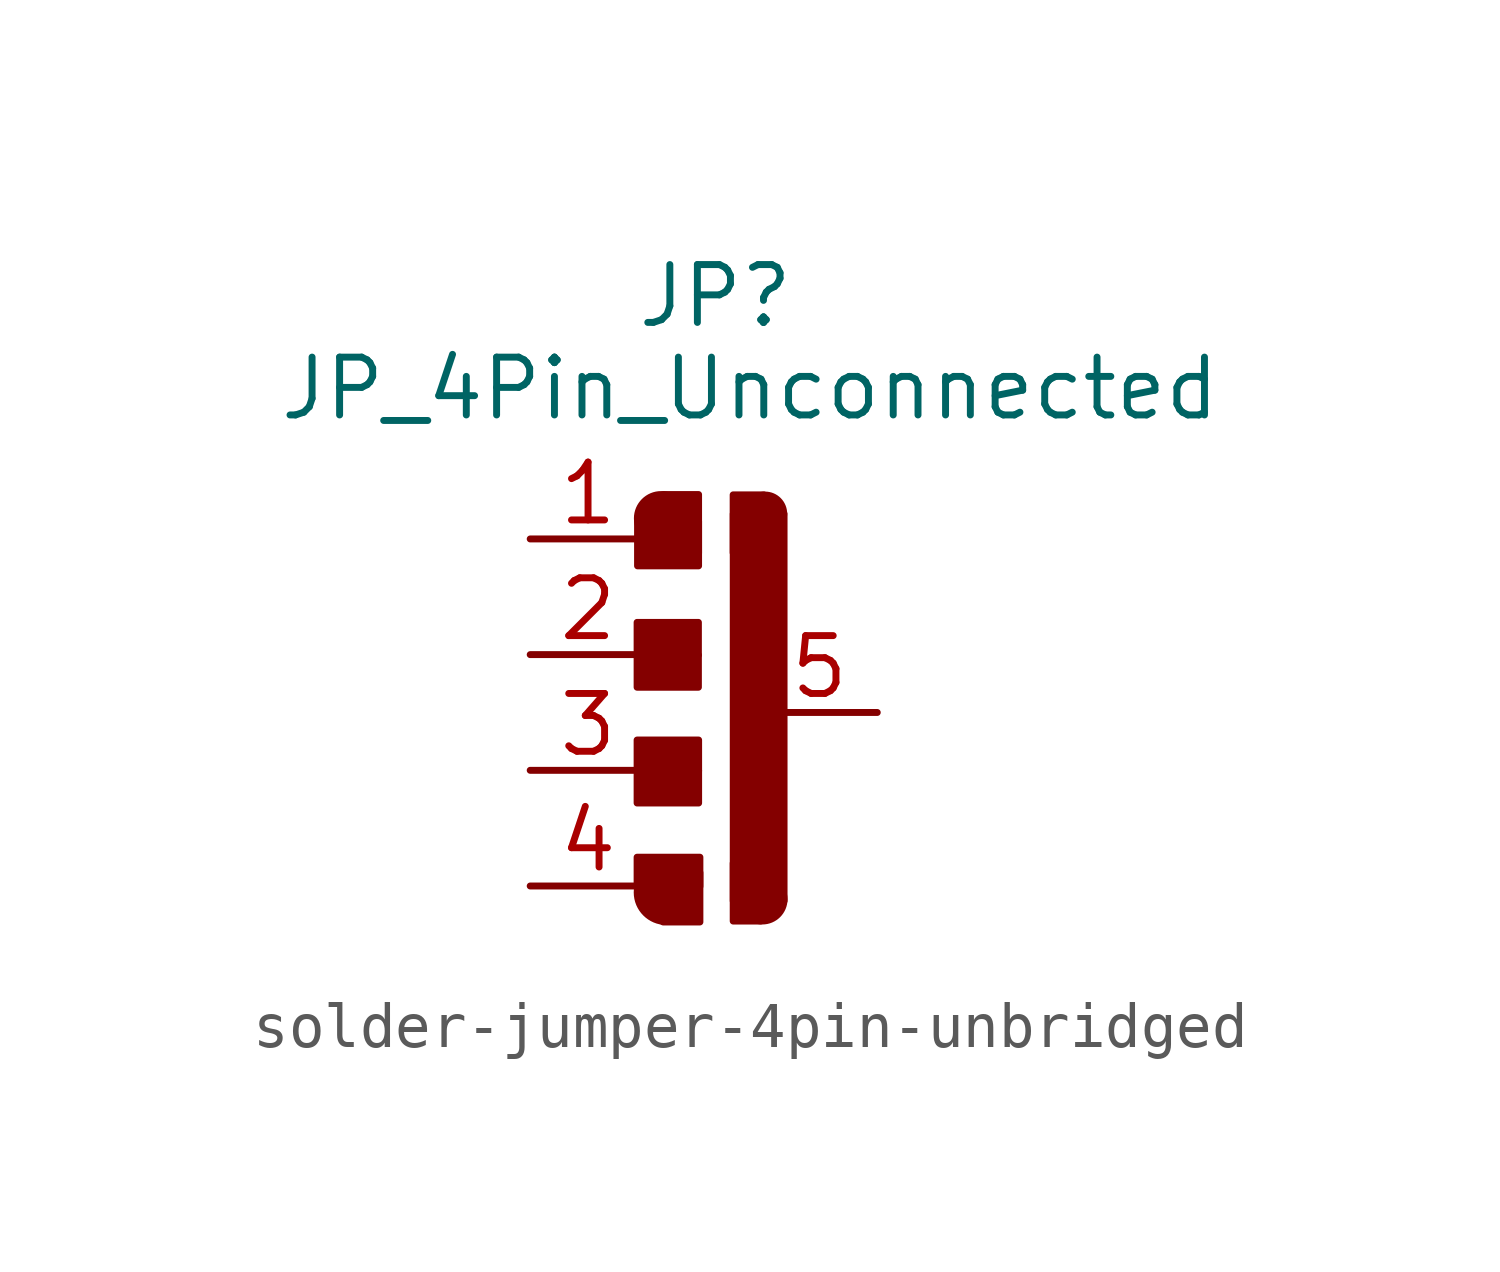
<source format=kicad_sym>
(kicad_symbol_lib
  (version 20241209)
  (generator "kicad_symbol_editor")
  (generator_version "9.0")
  (symbol "solder-jumper-4pin-unbridged"
    (property "Reference" "JP"
      (at -1.016 7.874 0)
      (effects (font (size 1.27 1.27))))
    (property "Value" "JP_4Pin_Unconnected"
      (at -0.254 5.842 0)
      (effects (font (size 1.27 1.27))))
    (symbol "solder-jumper-4pin-unbridged_1_1"
      (rectangle (start -2.733 0.708) (end -1.387 -0.01) (stroke (width 0) (type solid)) (fill (type outline)))
      (rectangle (start -2.733 -0.01) (end -1.387 -0.716) (stroke (width 0) (type solid)) (fill (type outline)))
      (rectangle (start -2.733 -1.875) (end -1.382 -2.55) (stroke (width 0) (type solid)) (fill (type outline)))
      (rectangle (start -2.733 -2.55) (end -1.382 -3.258) (stroke (width 0) (type solid)) (fill (type outline)))
      (rectangle (start -2.733 -4.448) (end -1.354 -5.09) (stroke (width 0) (type solid)) (fill (type outline)))
      (rectangle (start -2.723 2.928) (end -1.383 1.949) (stroke (width 0) (type solid)) (fill (type outline)))
      (circle (center -2.205 2.993) (radius 0.522) (stroke (width 0) (type solid)) (fill (type outline)))
      (rectangle (start -2.161 -4.786) (end -1.354 -5.87) (stroke (width 0) (type solid)) (fill (type outline)))
      (rectangle (start -2.154 3.515) (end -1.383 2.227) (stroke (width 0) (type solid)) (fill (type outline)))
      (circle (center -2.091 -5.221) (radius 0.64) (stroke (width 0) (type solid)) (fill (type outline)))
      (rectangle (start -0.624 3.508) (end 0.049 2.238) (stroke (width 0) (type solid)) (fill (type outline)))
      (rectangle (start -0.623 -4.58) (end -0.022 -5.85) (stroke (width 0) (type solid)) (fill (type outline)))
      (rectangle (start -0.622 3.09) (end 0.494 -5.407) (stroke (width 0) (type solid)) (fill (type outline)))
      (circle (center 0.017 -5.372) (radius 0.477) (stroke (width 0) (type solid)) (fill (type outline)))
      (circle (center 0.077 3.095) (radius 0.409) (stroke (width 0) (type solid)) (fill (type outline)))
      (pin passive line (at -5.08 2.54 0) (length 2.54) (name "" (effects (font (size 1.27 1.27)))) (number "1" (effects (font (size 1.27 1.27)))))
      (pin passive line (at -5.08 0 0) (length 2.54) (name "" (effects (font (size 1.27 1.27)))) (number "2" (effects (font (size 1.27 1.27)))))
      (pin passive line (at -5.08 -2.54 0) (length 2.54) (name "" (effects (font (size 1.27 1.27)))) (number "3" (effects (font (size 1.27 1.27)))))
      (pin passive line (at -5.08 -5.08 0) (length 2.54) (name "" (effects (font (size 1.27 1.27)))) (number "4" (effects (font (size 1.27 1.27)))))
      (pin passive line (at 2.54 -1.27 180) (length 2.54) (name "" (effects (font (size 1.27 1.27)))) (number "5" (effects (font (size 1.27 1.27))))))))
</source>
